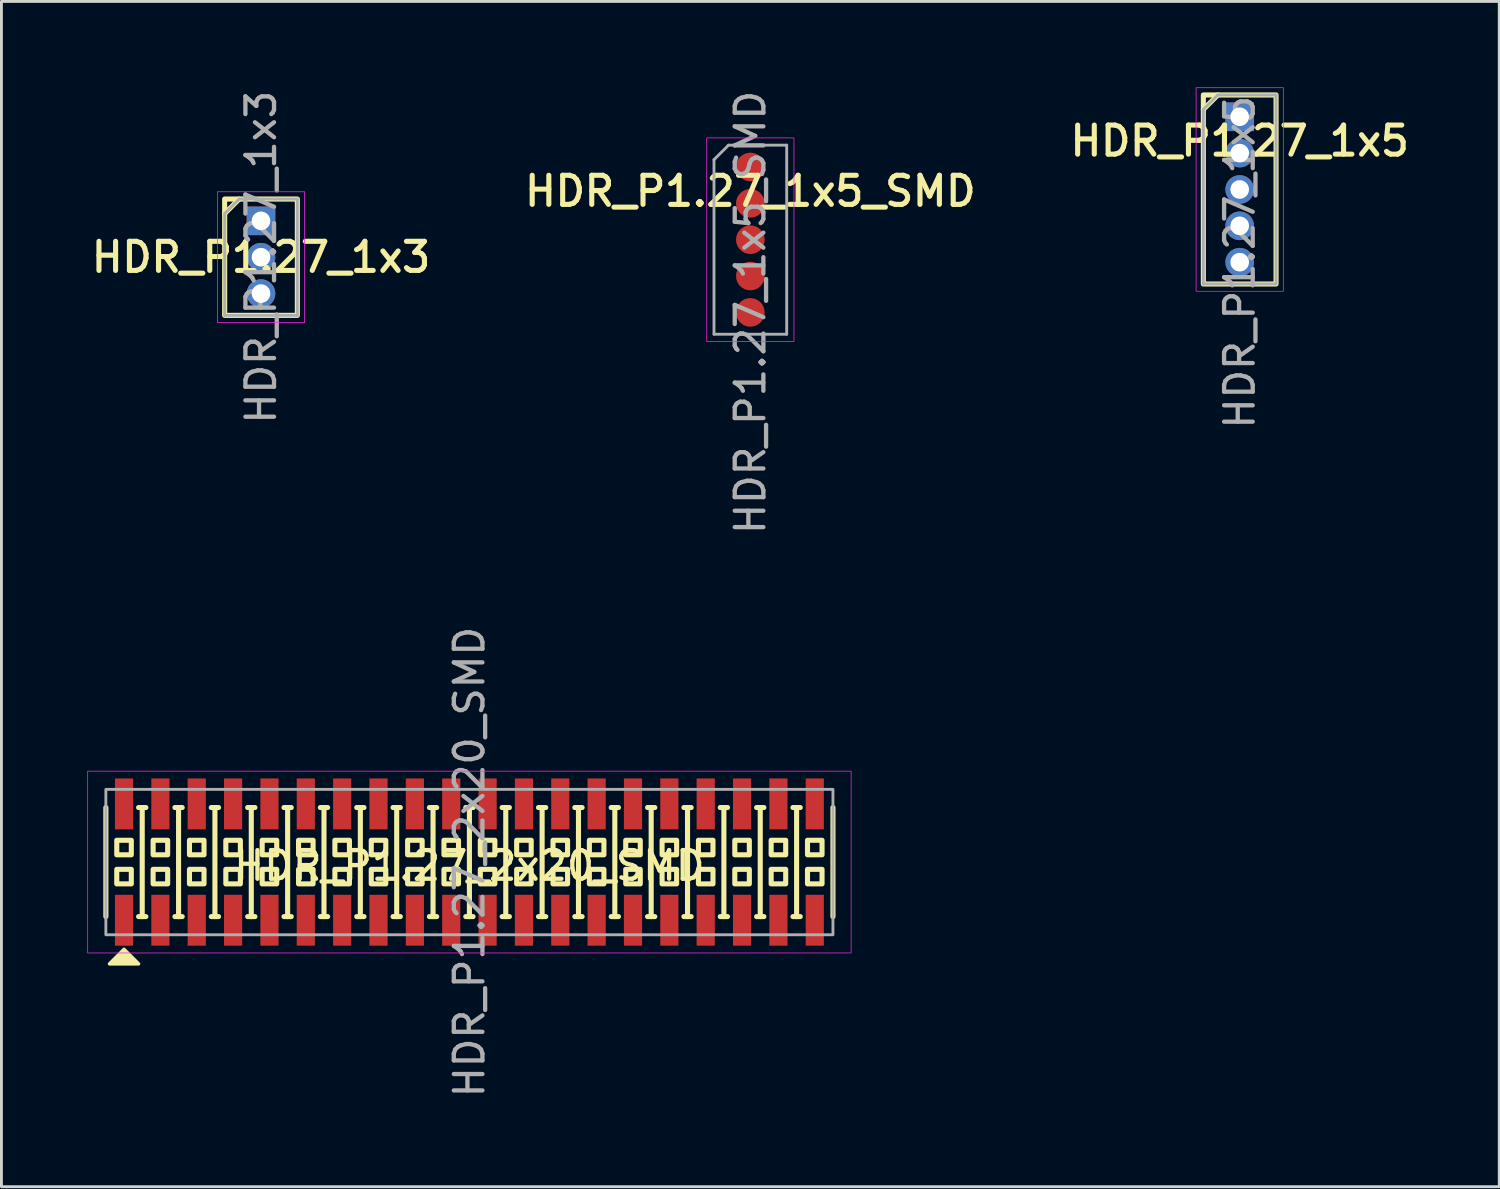
<source format=kicad_pcb>
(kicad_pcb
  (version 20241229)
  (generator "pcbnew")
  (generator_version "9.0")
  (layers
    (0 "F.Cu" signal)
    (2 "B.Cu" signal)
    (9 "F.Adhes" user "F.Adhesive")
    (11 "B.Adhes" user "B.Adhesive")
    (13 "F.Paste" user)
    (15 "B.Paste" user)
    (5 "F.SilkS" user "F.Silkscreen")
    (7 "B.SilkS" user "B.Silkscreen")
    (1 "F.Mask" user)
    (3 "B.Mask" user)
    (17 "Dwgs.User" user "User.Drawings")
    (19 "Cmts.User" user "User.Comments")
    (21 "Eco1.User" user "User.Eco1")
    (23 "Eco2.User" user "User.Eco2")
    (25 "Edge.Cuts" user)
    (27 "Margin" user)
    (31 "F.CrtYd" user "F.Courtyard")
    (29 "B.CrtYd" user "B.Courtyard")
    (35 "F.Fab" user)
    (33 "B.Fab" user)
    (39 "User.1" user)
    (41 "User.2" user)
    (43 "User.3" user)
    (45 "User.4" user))
  (footprint "HDR_P1.27_1x5_SMD"
    (layer "F.Cu")
    (at 23.162 5.323)
    (property "Reference" "HDR_P1.27_1x5_SMD" (at 0 -1.695 0) (layer "F.SilkS") (effects (font (size 1.016 1.016) (thickness 0.178))))
    (attr smd)
    (fp_rect (start -1.524 -3.556) (end 1.524 3.556) (stroke (width 0.025) (type solid)) (fill no) (layer "F.CrtYd"))
    (fp_line (start -1.27 -2.794) (end -1.27 3.302) (stroke (width 0.1) (type solid)) (layer "F.Fab"))
    (fp_line (start -1.27 3.302) (end 1.27 3.302) (stroke (width 0.1) (type solid)) (layer "F.Fab"))
    (fp_line (start -0.762 -3.302) (end -1.27 -2.794) (stroke (width 0.1) (type solid)) (layer "F.Fab"))
    (fp_line (start 1.27 -3.302) (end -0.762 -3.302) (stroke (width 0.1) (type solid)) (layer "F.Fab"))
    (fp_line (start 1.27 3.302) (end 1.27 -3.302) (stroke (width 0.1) (type solid)) (layer "F.Fab"))
    (fp_text user "${REFERENCE}" (at 0 2.54 90) (layer "F.Fab") (effects (font (size 1 1) (thickness 0.15))))
    (pad "1" smd oval (at 0 -2.54) (size 1 1) (layers "F.Cu" "F.Mask" "F.Paste"))
    (pad "2" smd oval (at 0 -1.27) (size 1 1) (layers "F.Cu" "F.Mask" "F.Paste"))
    (pad "3" smd oval (at 0 0) (size 1 1) (layers "F.Cu" "F.Mask" "F.Paste"))
    (pad "4" smd oval (at 0 1.27) (size 1 1) (layers "F.Cu" "F.Mask" "F.Paste"))
    (pad "5" smd oval (at 0 2.54) (size 1 1) (layers "F.Cu" "F.Mask" "F.Paste")))
  (footprint "HDR_P1.27_2x20_SMD"
    (layer "F.Cu")
    (at 13.348 27.065)
    (property "Reference" "HDR_P1.27_2x20_SMD" (at 0 0.127 0) (layer "F.SilkS") (effects (font (size 1 1) (thickness 0.15))))
    (attr smd)
    (fp_line (start -12.7 1.905) (end -12.7 -1.905) (stroke (width 0.178) (type solid)) (layer "F.SilkS"))
    (fp_line (start -11.557 -1.905) (end -11.303 -1.905) (stroke (width 0.178) (type solid)) (layer "F.SilkS"))
    (fp_line (start -11.557 1.905) (end -11.303 1.905) (stroke (width 0.178) (type solid)) (layer "F.SilkS"))
    (fp_line (start -11.43 1.905) (end -11.43 -1.905) (stroke (width 0.178) (type solid)) (layer "F.SilkS"))
    (fp_line (start -10.287 -1.905) (end -10.033 -1.905) (stroke (width 0.178) (type solid)) (layer "F.SilkS"))
    (fp_line (start -10.287 1.905) (end -10.033 1.905) (stroke (width 0.178) (type solid)) (layer "F.SilkS"))
    (fp_line (start -10.16 1.905) (end -10.16 -1.905) (stroke (width 0.178) (type solid)) (layer "F.SilkS"))
    (fp_line (start -9.017 -1.905) (end -8.763 -1.905) (stroke (width 0.178) (type solid)) (layer "F.SilkS"))
    (fp_line (start -9.017 1.905) (end -8.763 1.905) (stroke (width 0.178) (type solid)) (layer "F.SilkS"))
    (fp_line (start -8.89 1.905) (end -8.89 -1.905) (stroke (width 0.178) (type solid)) (layer "F.SilkS"))
    (fp_line (start -7.747 -1.905) (end -7.493 -1.905) (stroke (width 0.178) (type solid)) (layer "F.SilkS"))
    (fp_line (start -7.747 1.905) (end -7.493 1.905) (stroke (width 0.178) (type solid)) (layer "F.SilkS"))
    (fp_line (start -7.62 1.905) (end -7.62 -1.905) (stroke (width 0.178) (type solid)) (layer "F.SilkS"))
    (fp_line (start -6.477 -1.905) (end -6.223 -1.905) (stroke (width 0.178) (type solid)) (layer "F.SilkS"))
    (fp_line (start -6.477 1.905) (end -6.223 1.905) (stroke (width 0.178) (type solid)) (layer "F.SilkS"))
    (fp_line (start -6.35 1.905) (end -6.35 -1.905) (stroke (width 0.178) (type solid)) (layer "F.SilkS"))
    (fp_line (start -5.207 -1.905) (end -4.953 -1.905) (stroke (width 0.178) (type solid)) (layer "F.SilkS"))
    (fp_line (start -5.207 1.905) (end -4.953 1.905) (stroke (width 0.178) (type solid)) (layer "F.SilkS"))
    (fp_line (start -5.08 1.905) (end -5.08 -1.905) (stroke (width 0.178) (type solid)) (layer "F.SilkS"))
    (fp_line (start -3.937 -1.905) (end -3.683 -1.905) (stroke (width 0.178) (type solid)) (layer "F.SilkS"))
    (fp_line (start -3.937 1.905) (end -3.683 1.905) (stroke (width 0.178) (type solid)) (layer "F.SilkS"))
    (fp_line (start -3.81 1.905) (end -3.81 -1.905) (stroke (width 0.178) (type solid)) (layer "F.SilkS"))
    (fp_line (start -2.667 -1.905) (end -2.413 -1.905) (stroke (width 0.178) (type solid)) (layer "F.SilkS"))
    (fp_line (start -2.667 1.905) (end -2.413 1.905) (stroke (width 0.178) (type solid)) (layer "F.SilkS"))
    (fp_line (start -2.54 1.905) (end -2.54 -1.905) (stroke (width 0.178) (type solid)) (layer "F.SilkS"))
    (fp_line (start -1.397 -1.905) (end -1.143 -1.905) (stroke (width 0.178) (type solid)) (layer "F.SilkS"))
    (fp_line (start -1.397 1.905) (end -1.143 1.905) (stroke (width 0.178) (type solid)) (layer "F.SilkS"))
    (fp_line (start -1.27 1.905) (end -1.27 -1.905) (stroke (width 0.178) (type solid)) (layer "F.SilkS"))
    (fp_line (start -0.127 -1.905) (end 0.127 -1.905) (stroke (width 0.178) (type solid)) (layer "F.SilkS"))
    (fp_line (start -0.127 1.905) (end 0.127 1.905) (stroke (width 0.178) (type solid)) (layer "F.SilkS"))
    (fp_line (start 0 1.905) (end 0 -1.905) (stroke (width 0.178) (type solid)) (layer "F.SilkS"))
    (fp_line (start 1.143 -1.905) (end 1.397 -1.905) (stroke (width 0.178) (type solid)) (layer "F.SilkS"))
    (fp_line (start 1.143 1.905) (end 1.397 1.905) (stroke (width 0.178) (type solid)) (layer "F.SilkS"))
    (fp_line (start 1.27 1.905) (end 1.27 -1.905) (stroke (width 0.178) (type solid)) (layer "F.SilkS"))
    (fp_line (start 2.413 -1.905) (end 2.667 -1.905) (stroke (width 0.178) (type solid)) (layer "F.SilkS"))
    (fp_line (start 2.413 1.905) (end 2.667 1.905) (stroke (width 0.178) (type solid)) (layer "F.SilkS"))
    (fp_line (start 2.54 1.905) (end 2.54 -1.905) (stroke (width 0.178) (type solid)) (layer "F.SilkS"))
    (fp_line (start 3.683 -1.905) (end 3.937 -1.905) (stroke (width 0.178) (type solid)) (layer "F.SilkS"))
    (fp_line (start 3.683 1.905) (end 3.937 1.905) (stroke (width 0.178) (type solid)) (layer "F.SilkS"))
    (fp_line (start 3.81 1.905) (end 3.81 -1.905) (stroke (width 0.178) (type solid)) (layer "F.SilkS"))
    (fp_line (start 4.953 -1.905) (end 5.207 -1.905) (stroke (width 0.178) (type solid)) (layer "F.SilkS"))
    (fp_line (start 4.953 1.905) (end 5.207 1.905) (stroke (width 0.178) (type solid)) (layer "F.SilkS"))
    (fp_line (start 5.08 1.905) (end 5.08 -1.905) (stroke (width 0.178) (type solid)) (layer "F.SilkS"))
    (fp_line (start 6.223 -1.905) (end 6.477 -1.905) (stroke (width 0.178) (type solid)) (layer "F.SilkS"))
    (fp_line (start 6.223 1.905) (end 6.477 1.905) (stroke (width 0.178) (type solid)) (layer "F.SilkS"))
    (fp_line (start 6.35 1.905) (end 6.35 -1.905) (stroke (width 0.178) (type solid)) (layer "F.SilkS"))
    (fp_line (start 7.493 -1.905) (end 7.747 -1.905) (stroke (width 0.178) (type solid)) (layer "F.SilkS"))
    (fp_line (start 7.493 1.905) (end 7.747 1.905) (stroke (width 0.178) (type solid)) (layer "F.SilkS"))
    (fp_line (start 7.62 1.905) (end 7.62 -1.905) (stroke (width 0.178) (type solid)) (layer "F.SilkS"))
    (fp_line (start 8.763 -1.905) (end 9.017 -1.905) (stroke (width 0.178) (type solid)) (layer "F.SilkS"))
    (fp_line (start 8.763 1.905) (end 9.017 1.905) (stroke (width 0.178) (type solid)) (layer "F.SilkS"))
    (fp_line (start 8.89 1.905) (end 8.89 -1.905) (stroke (width 0.178) (type solid)) (layer "F.SilkS"))
    (fp_line (start 10.033 -1.905) (end 10.287 -1.905) (stroke (width 0.178) (type solid)) (layer "F.SilkS"))
    (fp_line (start 10.033 1.905) (end 10.287 1.905) (stroke (width 0.178) (type solid)) (layer "F.SilkS"))
    (fp_line (start 10.16 1.905) (end 10.16 -1.905) (stroke (width 0.178) (type solid)) (layer "F.SilkS"))
    (fp_line (start 11.303 -1.905) (end 11.557 -1.905) (stroke (width 0.178) (type solid)) (layer "F.SilkS"))
    (fp_line (start 11.303 1.905) (end 11.557 1.905) (stroke (width 0.178) (type solid)) (layer "F.SilkS"))
    (fp_line (start 11.43 1.905) (end 11.43 -1.905) (stroke (width 0.178) (type solid)) (layer "F.SilkS"))
    (fp_line (start 12.7 1.905) (end 12.7 -1.905) (stroke (width 0.178) (type solid)) (layer "F.SilkS"))
    (fp_rect (start -12.319 -0.762) (end -11.811 -0.254) (stroke (width 0.178) (type solid)) (fill no) (layer "F.SilkS"))
    (fp_rect (start -12.319 0.254) (end -11.811 0.762) (stroke (width 0.178) (type solid)) (fill no) (layer "F.SilkS"))
    (fp_rect (start -11.049 -0.762) (end -10.541 -0.254) (stroke (width 0.178) (type solid)) (fill no) (layer "F.SilkS"))
    (fp_rect (start -11.049 0.254) (end -10.541 0.762) (stroke (width 0.178) (type solid)) (fill no) (layer "F.SilkS"))
    (fp_rect (start -9.779 -0.762) (end -9.271 -0.254) (stroke (width 0.178) (type solid)) (fill no) (layer "F.SilkS"))
    (fp_rect (start -9.779 0.254) (end -9.271 0.762) (stroke (width 0.178) (type solid)) (fill no) (layer "F.SilkS"))
    (fp_rect (start -8.509 -0.762) (end -8.001 -0.254) (stroke (width 0.178) (type solid)) (fill no) (layer "F.SilkS"))
    (fp_rect (start -8.509 0.254) (end -8.001 0.762) (stroke (width 0.178) (type solid)) (fill no) (layer "F.SilkS"))
    (fp_rect (start -7.239 -0.762) (end -6.731 -0.254) (stroke (width 0.178) (type solid)) (fill no) (layer "F.SilkS"))
    (fp_rect (start -7.239 0.254) (end -6.731 0.762) (stroke (width 0.178) (type solid)) (fill no) (layer "F.SilkS"))
    (fp_rect (start -5.969 -0.762) (end -5.461 -0.254) (stroke (width 0.178) (type solid)) (fill no) (layer "F.SilkS"))
    (fp_rect (start -5.969 0.254) (end -5.461 0.762) (stroke (width 0.178) (type solid)) (fill no) (layer "F.SilkS"))
    (fp_rect (start -4.699 -0.762) (end -4.191 -0.254) (stroke (width 0.178) (type solid)) (fill no) (layer "F.SilkS"))
    (fp_rect (start -4.699 0.254) (end -4.191 0.762) (stroke (width 0.178) (type solid)) (fill no) (layer "F.SilkS"))
    (fp_rect (start -3.429 -0.762) (end -2.921 -0.254) (stroke (width 0.178) (type solid)) (fill no) (layer "F.SilkS"))
    (fp_rect (start -3.429 0.254) (end -2.921 0.762) (stroke (width 0.178) (type solid)) (fill no) (layer "F.SilkS"))
    (fp_rect (start -2.159 -0.762) (end -1.651 -0.254) (stroke (width 0.178) (type solid)) (fill no) (layer "F.SilkS"))
    (fp_rect (start -2.159 0.254) (end -1.651 0.762) (stroke (width 0.178) (type solid)) (fill no) (layer "F.SilkS"))
    (fp_rect (start -0.889 -0.762) (end -0.381 -0.254) (stroke (width 0.178) (type solid)) (fill no) (layer "F.SilkS"))
    (fp_rect (start -0.889 0.254) (end -0.381 0.762) (stroke (width 0.178) (type solid)) (fill no) (layer "F.SilkS"))
    (fp_rect (start 0.381 -0.762) (end 0.889 -0.254) (stroke (width 0.178) (type solid)) (fill no) (layer "F.SilkS"))
    (fp_rect (start 0.381 0.254) (end 0.889 0.762) (stroke (width 0.178) (type solid)) (fill no) (layer "F.SilkS"))
    (fp_rect (start 1.651 -0.762) (end 2.159 -0.254) (stroke (width 0.178) (type solid)) (fill no) (layer "F.SilkS"))
    (fp_rect (start 1.651 0.254) (end 2.159 0.762) (stroke (width 0.178) (type solid)) (fill no) (layer "F.SilkS"))
    (fp_rect (start 2.921 -0.762) (end 3.429 -0.254) (stroke (width 0.178) (type solid)) (fill no) (layer "F.SilkS"))
    (fp_rect (start 2.921 0.254) (end 3.429 0.762) (stroke (width 0.178) (type solid)) (fill no) (layer "F.SilkS"))
    (fp_rect (start 4.191 -0.762) (end 4.699 -0.254) (stroke (width 0.178) (type solid)) (fill no) (layer "F.SilkS"))
    (fp_rect (start 4.191 0.254) (end 4.699 0.762) (stroke (width 0.178) (type solid)) (fill no) (layer "F.SilkS"))
    (fp_rect (start 5.461 -0.762) (end 5.969 -0.254) (stroke (width 0.178) (type solid)) (fill no) (layer "F.SilkS"))
    (fp_rect (start 5.461 0.254) (end 5.969 0.762) (stroke (width 0.178) (type solid)) (fill no) (layer "F.SilkS"))
    (fp_rect (start 6.731 -0.762) (end 7.239 -0.254) (stroke (width 0.178) (type solid)) (fill no) (layer "F.SilkS"))
    (fp_rect (start 6.731 0.254) (end 7.239 0.762) (stroke (width 0.178) (type solid)) (fill no) (layer "F.SilkS"))
    (fp_rect (start 8.001 -0.762) (end 8.509 -0.254) (stroke (width 0.178) (type solid)) (fill no) (layer "F.SilkS"))
    (fp_rect (start 8.001 0.254) (end 8.509 0.762) (stroke (width 0.178) (type solid)) (fill no) (layer "F.SilkS"))
    (fp_rect (start 9.271 -0.762) (end 9.779 -0.254) (stroke (width 0.178) (type solid)) (fill no) (layer "F.SilkS"))
    (fp_rect (start 9.271 0.254) (end 9.779 0.762) (stroke (width 0.178) (type solid)) (fill no) (layer "F.SilkS"))
    (fp_rect (start 10.541 -0.762) (end 11.049 -0.254) (stroke (width 0.178) (type solid)) (fill no) (layer "F.SilkS"))
    (fp_rect (start 10.541 0.254) (end 11.049 0.762) (stroke (width 0.178) (type solid)) (fill no) (layer "F.SilkS"))
    (fp_rect (start 11.811 -0.762) (end 12.319 -0.254) (stroke (width 0.178) (type solid)) (fill no) (layer "F.SilkS"))
    (fp_rect (start 11.811 0.254) (end 12.319 0.762) (stroke (width 0.178) (type solid)) (fill no) (layer "F.SilkS"))
    (fp_poly (pts (xy -11.557 3.556) (xy -12.573 3.556) (xy -12.065 3.048)) (stroke (width 0.12) (type solid)) (fill yes) (layer "F.SilkS"))
    (fp_rect (start -13.335 -3.175) (end 13.335 3.175) (stroke (width 0.025) (type solid)) (fill no) (layer "F.CrtYd"))
    (fp_rect (start -12.7 -2.54) (end 12.7 2.54) (stroke (width 0.1) (type solid)) (fill no) (layer "F.Fab"))
    (fp_text user "${REFERENCE}" (at 0 0 90) (layer "F.Fab") (effects (font (size 1 1) (thickness 0.15))))
    (pad "1" smd rect (at -12.065 2.032) (size 0.635 1.778) (layers "F.Cu" "F.Mask" "F.Paste"))
    (pad "2" smd rect (at -12.065 -2.032) (size 0.635 1.778) (layers "F.Cu" "F.Mask" "F.Paste"))
    (pad "3" smd rect (at -10.795 2.032) (size 0.635 1.778) (layers "F.Cu" "F.Mask" "F.Paste"))
    (pad "4" smd rect (at -10.795 -2.032) (size 0.635 1.778) (layers "F.Cu" "F.Mask" "F.Paste"))
    (pad "5" smd rect (at -9.525 2.032) (size 0.635 1.778) (layers "F.Cu" "F.Mask" "F.Paste"))
    (pad "6" smd rect (at -9.525 -2.032) (size 0.635 1.778) (layers "F.Cu" "F.Mask" "F.Paste"))
    (pad "7" smd rect (at -8.255 2.032) (size 0.635 1.778) (layers "F.Cu" "F.Mask" "F.Paste"))
    (pad "8" smd rect (at -8.255 -2.032) (size 0.635 1.778) (layers "F.Cu" "F.Mask" "F.Paste"))
    (pad "9" smd rect (at -6.985 2.032) (size 0.635 1.778) (layers "F.Cu" "F.Mask" "F.Paste"))
    (pad "10" smd rect (at -6.985 -2.032) (size 0.635 1.778) (layers "F.Cu" "F.Mask" "F.Paste"))
    (pad "11" smd rect (at -5.715 2.032) (size 0.635 1.778) (layers "F.Cu" "F.Mask" "F.Paste"))
    (pad "12" smd rect (at -5.715 -2.032) (size 0.635 1.778) (layers "F.Cu" "F.Mask" "F.Paste"))
    (pad "13" smd rect (at -4.445 2.032) (size 0.635 1.778) (layers "F.Cu" "F.Mask" "F.Paste"))
    (pad "14" smd rect (at -4.445 -2.032) (size 0.635 1.778) (layers "F.Cu" "F.Mask" "F.Paste"))
    (pad "15" smd rect (at -3.175 2.032) (size 0.635 1.778) (layers "F.Cu" "F.Mask" "F.Paste"))
    (pad "16" smd rect (at -3.175 -2.032) (size 0.635 1.778) (layers "F.Cu" "F.Mask" "F.Paste"))
    (pad "17" smd rect (at -1.905 2.032) (size 0.635 1.778) (layers "F.Cu" "F.Mask" "F.Paste"))
    (pad "18" smd rect (at -1.905 -2.032) (size 0.635 1.778) (layers "F.Cu" "F.Mask" "F.Paste"))
    (pad "19" smd rect (at -0.635 2.032) (size 0.635 1.778) (layers "F.Cu" "F.Mask" "F.Paste"))
    (pad "20" smd rect (at -0.635 -2.032) (size 0.635 1.778) (layers "F.Cu" "F.Mask" "F.Paste"))
    (pad "21" smd rect (at 0.635 2.032) (size 0.635 1.778) (layers "F.Cu" "F.Mask" "F.Paste"))
    (pad "22" smd rect (at 0.635 -2.032) (size 0.635 1.778) (layers "F.Cu" "F.Mask" "F.Paste"))
    (pad "23" smd rect (at 1.905 2.032) (size 0.635 1.778) (layers "F.Cu" "F.Mask" "F.Paste"))
    (pad "24" smd rect (at 1.905 -2.032) (size 0.635 1.778) (layers "F.Cu" "F.Mask" "F.Paste"))
    (pad "25" smd rect (at 3.175 2.032) (size 0.635 1.778) (layers "F.Cu" "F.Mask" "F.Paste"))
    (pad "26" smd rect (at 3.175 -2.032) (size 0.635 1.778) (layers "F.Cu" "F.Mask" "F.Paste"))
    (pad "27" smd rect (at 4.445 2.032) (size 0.635 1.778) (layers "F.Cu" "F.Mask" "F.Paste"))
    (pad "28" smd rect (at 4.445 -2.032) (size 0.635 1.778) (layers "F.Cu" "F.Mask" "F.Paste"))
    (pad "29" smd rect (at 5.715 2.032) (size 0.635 1.778) (layers "F.Cu" "F.Mask" "F.Paste"))
    (pad "30" smd rect (at 5.715 -2.032) (size 0.635 1.778) (layers "F.Cu" "F.Mask" "F.Paste"))
    (pad "31" smd rect (at 6.985 2.032) (size 0.635 1.778) (layers "F.Cu" "F.Mask" "F.Paste"))
    (pad "32" smd rect (at 6.985 -2.032) (size 0.635 1.778) (layers "F.Cu" "F.Mask" "F.Paste"))
    (pad "33" smd rect (at 8.255 2.032) (size 0.635 1.778) (layers "F.Cu" "F.Mask" "F.Paste"))
    (pad "34" smd rect (at 8.255 -2.032) (size 0.635 1.778) (layers "F.Cu" "F.Mask" "F.Paste"))
    (pad "35" smd rect (at 9.525 2.032) (size 0.635 1.778) (layers "F.Cu" "F.Mask" "F.Paste"))
    (pad "36" smd rect (at 9.525 -2.032) (size 0.635 1.778) (layers "F.Cu" "F.Mask" "F.Paste"))
    (pad "37" smd rect (at 10.795 2.032) (size 0.635 1.778) (layers "F.Cu" "F.Mask" "F.Paste"))
    (pad "38" smd rect (at 10.795 -2.032) (size 0.635 1.778) (layers "F.Cu" "F.Mask" "F.Paste"))
    (pad "39" smd rect (at 12.065 2.032) (size 0.635 1.778) (layers "F.Cu" "F.Mask" "F.Paste"))
    (pad "40" smd rect (at 12.065 -2.032) (size 0.635 1.778) (layers "F.Cu" "F.Mask" "F.Paste")))
  (footprint "HDR_P1.27_1x5"
    (layer "F.Cu")
    (at 40.257 3.569)
    (property "Reference" "HDR_P1.27_1x5" (at 0 -1.695 0) (layer "F.SilkS") (effects (font (size 1.016 1.016) (thickness 0.178))))
    (attr through_hole)
    (fp_line (start -1.27 -2.794) (end -0.762 -3.302) (stroke (width 0.178) (type solid)) (layer "F.SilkS"))
    (fp_rect (start -1.27 3.302) (end 1.27 -3.302) (stroke (width 0.178) (type solid)) (fill no) (layer "F.SilkS"))
    (fp_rect (start -1.524 -3.556) (end 1.524 3.556) (stroke (width 0.025) (type solid)) (fill no) (layer "F.CrtYd"))
    (fp_line (start -1.27 -2.794) (end -1.27 3.302) (stroke (width 0.1) (type solid)) (layer "F.Fab"))
    (fp_line (start -1.27 3.302) (end 1.27 3.302) (stroke (width 0.1) (type solid)) (layer "F.Fab"))
    (fp_line (start -0.762 -3.302) (end -1.27 -2.794) (stroke (width 0.1) (type solid)) (layer "F.Fab"))
    (fp_line (start 1.27 -3.302) (end -0.762 -3.302) (stroke (width 0.1) (type solid)) (layer "F.Fab"))
    (fp_line (start 1.27 3.302) (end 1.27 -3.302) (stroke (width 0.1) (type solid)) (layer "F.Fab"))
    (fp_text user "${REFERENCE}" (at 0 2.54 90) (layer "F.Fab") (effects (font (size 1 1) (thickness 0.15))))
    (pad "1" thru_hole rect (at 0 -2.54) (size 1 1) (drill 0.65) (layers "*.Cu" "*.Mask"))
    (pad "2" thru_hole oval (at 0 -1.27) (size 1 1) (drill 0.65) (layers "*.Cu" "*.Mask"))
    (pad "3" thru_hole oval (at 0 0) (size 1 1) (drill 0.65) (layers "*.Cu" "*.Mask"))
    (pad "4" thru_hole oval (at 0 1.27) (size 1 1) (drill 0.65) (layers "*.Cu" "*.Mask"))
    (pad "5" thru_hole oval (at 0 2.54) (size 1 1) (drill 0.65) (layers "*.Cu" "*.Mask")))
  (footprint "HDR_P1.27_1x3"
    (layer "F.Cu")
    (at 6.068 5.935)
    (property "Reference" "HDR_P1.27_1x3" (at 0 0 0) (layer "F.SilkS") (effects (font (size 1.016 1.016) (thickness 0.178))))
    (attr through_hole)
    (fp_line (start -1.27 -1.524) (end -0.762 -2.032) (stroke (width 0.178) (type solid)) (layer "F.SilkS"))
    (fp_rect (start -1.27 2.032) (end 1.27 -2.032) (stroke (width 0.178) (type solid)) (fill no) (layer "F.SilkS"))
    (fp_rect (start -1.524 -2.286) (end 1.524 2.286) (stroke (width 0.025) (type solid)) (fill no) (layer "F.CrtYd"))
    (fp_line (start -1.27 -1.524) (end -1.27 2.032) (stroke (width 0.1) (type solid)) (layer "F.Fab"))
    (fp_line (start -1.27 2.032) (end 1.27 2.032) (stroke (width 0.1) (type solid)) (layer "F.Fab"))
    (fp_line (start -0.762 -2.032) (end -1.27 -1.524) (stroke (width 0.1) (type solid)) (layer "F.Fab"))
    (fp_line (start 1.27 -2.032) (end -0.762 -2.032) (stroke (width 0.1) (type solid)) (layer "F.Fab"))
    (fp_line (start 1.27 2.032) (end 1.27 -2.032) (stroke (width 0.1) (type solid)) (layer "F.Fab"))
    (fp_text user "${REFERENCE}" (at 0 0 90) (layer "F.Fab") (effects (font (size 1 1) (thickness 0.15))))
    (pad "1" thru_hole rect (at 0 -1.27) (size 1 1) (drill 0.65) (layers "*.Cu" "*.Mask"))
    (pad "2" thru_hole oval (at 0 0) (size 1 1) (drill 0.65) (layers "*.Cu" "*.Mask"))
    (pad "3" thru_hole oval (at 0 1.27) (size 1 1) (drill 0.65) (layers "*.Cu" "*.Mask")))
  (gr_rect
    (start -3 -3)
    (end 49.324 38.405)
    (stroke (width 0.1) (type default))
    (fill no)
    (layer "Edge.Cuts")))
</source>
